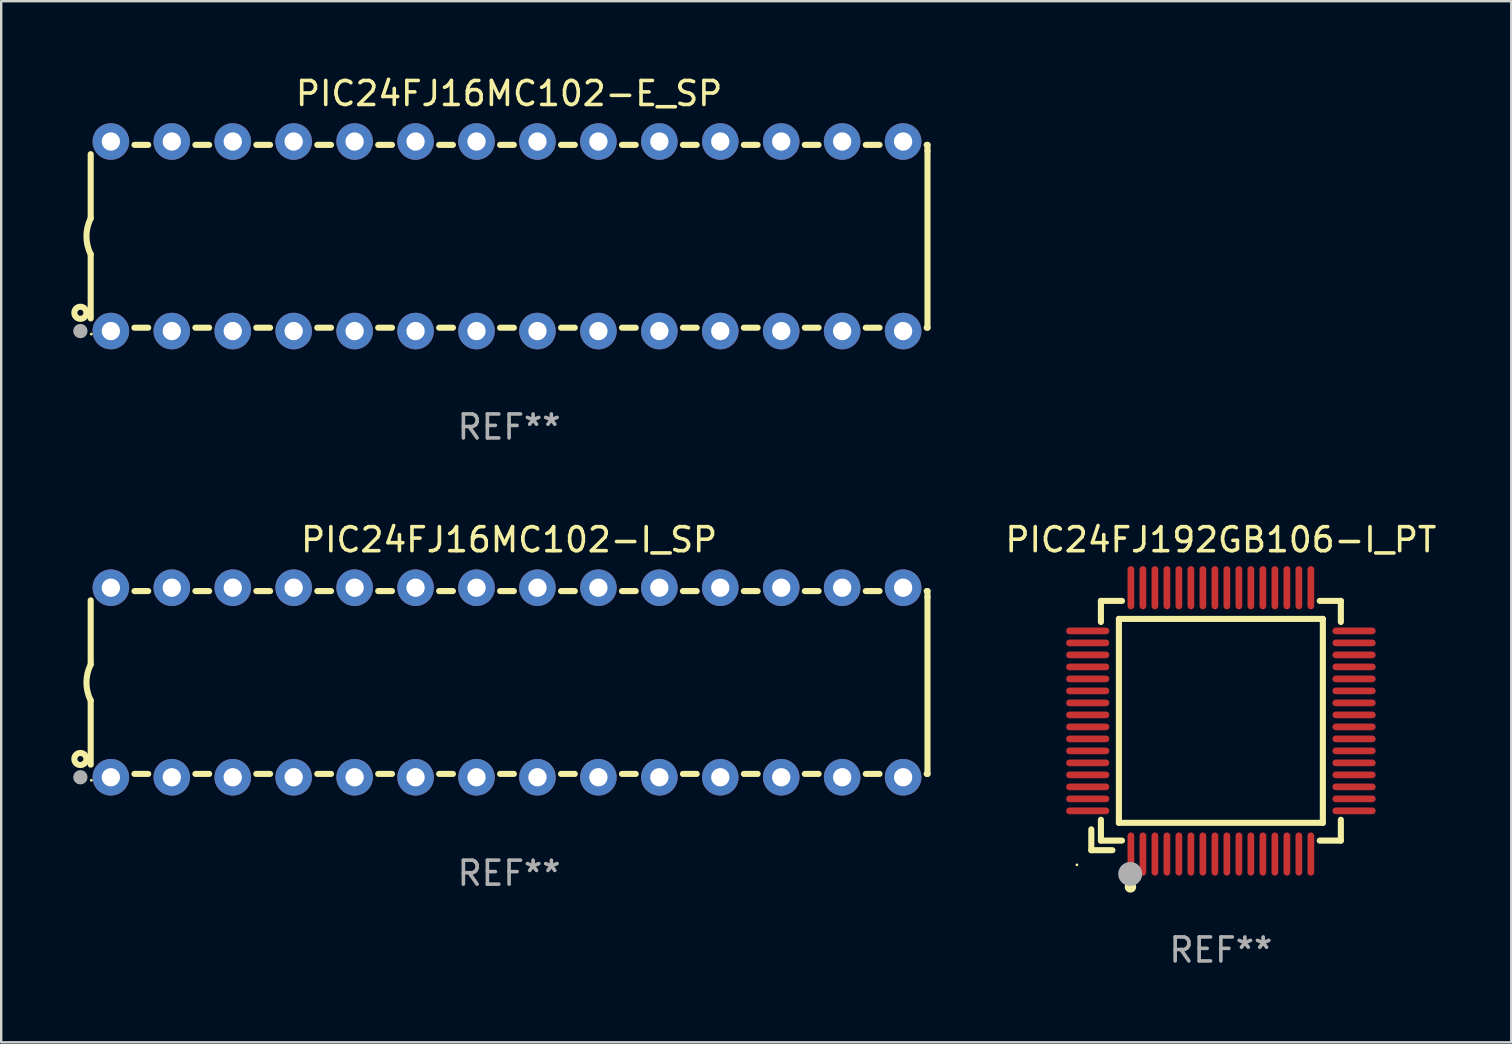
<source format=kicad_pcb>
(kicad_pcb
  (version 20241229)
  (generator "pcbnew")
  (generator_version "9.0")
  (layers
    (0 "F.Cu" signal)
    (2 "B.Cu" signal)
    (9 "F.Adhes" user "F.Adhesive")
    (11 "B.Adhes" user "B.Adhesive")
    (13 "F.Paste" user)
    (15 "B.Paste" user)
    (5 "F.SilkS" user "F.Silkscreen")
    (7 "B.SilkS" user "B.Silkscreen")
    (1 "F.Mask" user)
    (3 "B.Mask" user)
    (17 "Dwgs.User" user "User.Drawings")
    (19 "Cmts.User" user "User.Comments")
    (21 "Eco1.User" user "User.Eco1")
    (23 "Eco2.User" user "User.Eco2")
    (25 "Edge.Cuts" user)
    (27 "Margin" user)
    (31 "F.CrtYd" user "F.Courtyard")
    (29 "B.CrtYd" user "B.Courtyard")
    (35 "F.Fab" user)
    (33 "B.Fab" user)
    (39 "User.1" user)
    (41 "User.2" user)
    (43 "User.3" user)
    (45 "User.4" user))
  (footprint "PIC24FJ16MC102-E_SP"
    (layer "F.Cu")
    (at 18.168 6.798)
    (property "Reference" "PIC24FJ16MC102-E_SP" (at 0 -5.95 0) (layer "F.SilkS") (effects (font (size 1 1) (thickness 0.15))))
    (attr through_hole)
    (fp_line (start -17.438 0.75) (end -17.438 3.423) (stroke (width 0.254) (type solid)) (layer "F.SilkS"))
    (fp_line (start -17.438 -3.423) (end -17.438 -0.75) (stroke (width 0.254) (type solid)) (layer "F.SilkS"))
    (fp_line (start -15.615 3.81) (end -15.041 3.81) (stroke (width 0.254) (type solid)) (layer "F.SilkS"))
    (fp_line (start -15.041 -3.81) (end -15.614 -3.81) (stroke (width 0.254) (type solid)) (layer "F.SilkS"))
    (fp_line (start -13.075 3.81) (end -12.501 3.81) (stroke (width 0.254) (type solid)) (layer "F.SilkS"))
    (fp_line (start -12.501 -3.81) (end -13.074 -3.81) (stroke (width 0.254) (type solid)) (layer "F.SilkS"))
    (fp_line (start -10.535 3.81) (end -9.961 3.81) (stroke (width 0.254) (type solid)) (layer "F.SilkS"))
    (fp_line (start -9.961 -3.81) (end -10.534 -3.81) (stroke (width 0.254) (type solid)) (layer "F.SilkS"))
    (fp_line (start -7.995 3.81) (end -7.421 3.81) (stroke (width 0.254) (type solid)) (layer "F.SilkS"))
    (fp_line (start -7.421 -3.81) (end -7.995 -3.81) (stroke (width 0.254) (type solid)) (layer "F.SilkS"))
    (fp_line (start -5.455 3.81) (end -4.881 3.81) (stroke (width 0.254) (type solid)) (layer "F.SilkS"))
    (fp_line (start -4.881 -3.81) (end -5.455 -3.81) (stroke (width 0.254) (type solid)) (layer "F.SilkS"))
    (fp_line (start -2.915 3.81) (end -2.341 3.81) (stroke (width 0.254) (type solid)) (layer "F.SilkS"))
    (fp_line (start -2.341 -3.81) (end -2.915 -3.81) (stroke (width 0.254) (type solid)) (layer "F.SilkS"))
    (fp_line (start -0.375 3.81) (end 0.199 3.81) (stroke (width 0.254) (type solid)) (layer "F.SilkS"))
    (fp_line (start 0.199 -3.81) (end -0.375 -3.81) (stroke (width 0.254) (type solid)) (layer "F.SilkS"))
    (fp_line (start 2.165 3.81) (end 2.739 3.81) (stroke (width 0.254) (type solid)) (layer "F.SilkS"))
    (fp_line (start 2.739 -3.81) (end 2.165 -3.81) (stroke (width 0.254) (type solid)) (layer "F.SilkS"))
    (fp_line (start 4.705 3.81) (end 5.279 3.81) (stroke (width 0.254) (type solid)) (layer "F.SilkS"))
    (fp_line (start 5.279 -3.81) (end 4.705 -3.81) (stroke (width 0.254) (type solid)) (layer "F.SilkS"))
    (fp_line (start 7.245 3.81) (end 7.819 3.81) (stroke (width 0.254) (type solid)) (layer "F.SilkS"))
    (fp_line (start 7.819 -3.81) (end 7.245 -3.81) (stroke (width 0.254) (type solid)) (layer "F.SilkS"))
    (fp_line (start 9.785 3.81) (end 10.359 3.81) (stroke (width 0.254) (type solid)) (layer "F.SilkS"))
    (fp_line (start 10.359 -3.81) (end 9.785 -3.81) (stroke (width 0.254) (type solid)) (layer "F.SilkS"))
    (fp_line (start 12.325 3.81) (end 12.899 3.81) (stroke (width 0.254) (type solid)) (layer "F.SilkS"))
    (fp_line (start 12.899 -3.81) (end 12.325 -3.81) (stroke (width 0.254) (type solid)) (layer "F.SilkS"))
    (fp_line (start 14.865 3.81) (end 15.439 3.81) (stroke (width 0.254) (type solid)) (layer "F.SilkS"))
    (fp_line (start 15.439 -3.81) (end 14.865 -3.81) (stroke (width 0.254) (type solid)) (layer "F.SilkS"))
    (fp_line (start 17.405 3.81) (end 17.438 3.81) (stroke (width 0.254) (type solid)) (layer "F.SilkS"))
    (fp_line (start 17.438 -3.81) (end 17.405 -3.81) (stroke (width 0.254) (type solid)) (layer "F.SilkS"))
    (fp_line (start 17.438 -3.556) (end 17.438 -3.81) (stroke (width 0.254) (type solid)) (layer "F.SilkS"))
    (fp_line (start 17.438 3.81) (end 17.438 -3.556) (stroke (width 0.254) (type solid)) (layer "F.SilkS"))
    (fp_arc (start -17.437986 0.749657) (mid -17.614887 -0.000024) (end -17.437783 -0.749657) (stroke (width 0.254001) (type solid)) (layer "F.SilkS"))
    (fp_circle (center -17.868 3.188) (end -17.743 3.188) (stroke (width 0.254) (type solid)) (fill no) (layer "F.SilkS"))
    (fp_circle (center -17.411 4.077) (end -17.381 4.077) (stroke (width 0.06) (type solid)) (fill no) (layer "F.SilkS"))
    (fp_circle (center -17.868 3.95) (end -17.718 3.95) (stroke (width 0.3) (type solid)) (fill no) (layer "F.Fab"))
    (fp_text user "REF**" (at 0 7.95 0) (layer "F.Fab") (effects (font (size 1 1) (thickness 0.15))))
    (pad "1" thru_hole circle (at -16.598 3.95) (size 1.524 1.524) (drill 0.762) (layers "*.Cu" "*.Mask"))
    (pad "2" thru_hole circle (at -14.058 3.95) (size 1.524 1.524) (drill 0.762) (layers "*.Cu" "*.Mask"))
    (pad "3" thru_hole circle (at -11.518 3.95) (size 1.524 1.524) (drill 0.762) (layers "*.Cu" "*.Mask"))
    (pad "4" thru_hole circle (at -8.978 3.95) (size 1.524 1.524) (drill 0.762) (layers "*.Cu" "*.Mask"))
    (pad "5" thru_hole circle (at -6.438 3.95) (size 1.524 1.524) (drill 0.762) (layers "*.Cu" "*.Mask"))
    (pad "6" thru_hole circle (at -3.898 3.95) (size 1.524 1.524) (drill 0.762) (layers "*.Cu" "*.Mask"))
    (pad "7" thru_hole circle (at -1.358 3.95) (size 1.524 1.524) (drill 0.762) (layers "*.Cu" "*.Mask"))
    (pad "8" thru_hole circle (at 1.182 3.95) (size 1.524 1.524) (drill 0.762) (layers "*.Cu" "*.Mask"))
    (pad "9" thru_hole circle (at 3.722 3.95) (size 1.524 1.524) (drill 0.762) (layers "*.Cu" "*.Mask"))
    (pad "10" thru_hole circle (at 6.262 3.95) (size 1.524 1.524) (drill 0.762) (layers "*.Cu" "*.Mask"))
    (pad "11" thru_hole circle (at 8.802 3.95) (size 1.524 1.524) (drill 0.762) (layers "*.Cu" "*.Mask"))
    (pad "12" thru_hole circle (at 11.342 3.95) (size 1.524 1.524) (drill 0.762) (layers "*.Cu" "*.Mask"))
    (pad "13" thru_hole circle (at 13.882 3.95) (size 1.524 1.524) (drill 0.762) (layers "*.Cu" "*.Mask"))
    (pad "14" thru_hole circle (at 16.422 3.95) (size 1.524 1.524) (drill 0.762) (layers "*.Cu" "*.Mask"))
    (pad "15" thru_hole circle (at 16.422 -3.95) (size 1.524 1.524) (drill 0.762) (layers "*.Cu" "*.Mask"))
    (pad "16" thru_hole circle (at 13.882 -3.95) (size 1.524 1.524) (drill 0.762) (layers "*.Cu" "*.Mask"))
    (pad "17" thru_hole circle (at 11.342 -3.95) (size 1.524 1.524) (drill 0.762) (layers "*.Cu" "*.Mask"))
    (pad "18" thru_hole circle (at 8.802 -3.95) (size 1.524 1.524) (drill 0.762) (layers "*.Cu" "*.Mask"))
    (pad "19" thru_hole circle (at 6.262 -3.95) (size 1.524 1.524) (drill 0.762) (layers "*.Cu" "*.Mask"))
    (pad "20" thru_hole circle (at 3.722 -3.95) (size 1.524 1.524) (drill 0.762) (layers "*.Cu" "*.Mask"))
    (pad "21" thru_hole circle (at 1.182 -3.95) (size 1.524 1.524) (drill 0.762) (layers "*.Cu" "*.Mask"))
    (pad "22" thru_hole circle (at -1.358 -3.95) (size 1.524 1.524) (drill 0.762) (layers "*.Cu" "*.Mask"))
    (pad "23" thru_hole circle (at -3.898 -3.95) (size 1.524 1.524) (drill 0.762) (layers "*.Cu" "*.Mask"))
    (pad "24" thru_hole circle (at -6.438 -3.95) (size 1.524 1.524) (drill 0.762) (layers "*.Cu" "*.Mask"))
    (pad "25" thru_hole circle (at -8.978 -3.95) (size 1.524 1.524) (drill 0.762) (layers "*.Cu" "*.Mask"))
    (pad "26" thru_hole circle (at -11.517 -3.95) (size 1.524 1.524) (drill 0.762) (layers "*.Cu" "*.Mask"))
    (pad "27" thru_hole circle (at -14.057 -3.95) (size 1.524 1.524) (drill 0.762) (layers "*.Cu" "*.Mask"))
    (pad "28" thru_hole circle (at -16.597 -3.95) (size 1.524 1.524) (drill 0.762) (layers "*.Cu" "*.Mask")))
  (footprint "PIC24FJ16MC102-I_SP"
    (layer "F.Cu")
    (at 18.168 25.395)
    (property "Reference" "PIC24FJ16MC102-I_SP" (at 0 -5.95 0) (layer "F.SilkS") (effects (font (size 1 1) (thickness 0.15))))
    (attr through_hole)
    (fp_line (start -17.438 0.75) (end -17.438 3.423) (stroke (width 0.254) (type solid)) (layer "F.SilkS"))
    (fp_line (start -17.438 -3.423) (end -17.438 -0.75) (stroke (width 0.254) (type solid)) (layer "F.SilkS"))
    (fp_line (start -15.615 3.81) (end -15.041 3.81) (stroke (width 0.254) (type solid)) (layer "F.SilkS"))
    (fp_line (start -15.041 -3.81) (end -15.614 -3.81) (stroke (width 0.254) (type solid)) (layer "F.SilkS"))
    (fp_line (start -13.075 3.81) (end -12.501 3.81) (stroke (width 0.254) (type solid)) (layer "F.SilkS"))
    (fp_line (start -12.501 -3.81) (end -13.074 -3.81) (stroke (width 0.254) (type solid)) (layer "F.SilkS"))
    (fp_line (start -10.535 3.81) (end -9.961 3.81) (stroke (width 0.254) (type solid)) (layer "F.SilkS"))
    (fp_line (start -9.961 -3.81) (end -10.534 -3.81) (stroke (width 0.254) (type solid)) (layer "F.SilkS"))
    (fp_line (start -7.995 3.81) (end -7.421 3.81) (stroke (width 0.254) (type solid)) (layer "F.SilkS"))
    (fp_line (start -7.421 -3.81) (end -7.995 -3.81) (stroke (width 0.254) (type solid)) (layer "F.SilkS"))
    (fp_line (start -5.455 3.81) (end -4.881 3.81) (stroke (width 0.254) (type solid)) (layer "F.SilkS"))
    (fp_line (start -4.881 -3.81) (end -5.455 -3.81) (stroke (width 0.254) (type solid)) (layer "F.SilkS"))
    (fp_line (start -2.915 3.81) (end -2.341 3.81) (stroke (width 0.254) (type solid)) (layer "F.SilkS"))
    (fp_line (start -2.341 -3.81) (end -2.915 -3.81) (stroke (width 0.254) (type solid)) (layer "F.SilkS"))
    (fp_line (start -0.375 3.81) (end 0.199 3.81) (stroke (width 0.254) (type solid)) (layer "F.SilkS"))
    (fp_line (start 0.199 -3.81) (end -0.375 -3.81) (stroke (width 0.254) (type solid)) (layer "F.SilkS"))
    (fp_line (start 2.165 3.81) (end 2.739 3.81) (stroke (width 0.254) (type solid)) (layer "F.SilkS"))
    (fp_line (start 2.739 -3.81) (end 2.165 -3.81) (stroke (width 0.254) (type solid)) (layer "F.SilkS"))
    (fp_line (start 4.705 3.81) (end 5.279 3.81) (stroke (width 0.254) (type solid)) (layer "F.SilkS"))
    (fp_line (start 5.279 -3.81) (end 4.705 -3.81) (stroke (width 0.254) (type solid)) (layer "F.SilkS"))
    (fp_line (start 7.245 3.81) (end 7.819 3.81) (stroke (width 0.254) (type solid)) (layer "F.SilkS"))
    (fp_line (start 7.819 -3.81) (end 7.245 -3.81) (stroke (width 0.254) (type solid)) (layer "F.SilkS"))
    (fp_line (start 9.785 3.81) (end 10.359 3.81) (stroke (width 0.254) (type solid)) (layer "F.SilkS"))
    (fp_line (start 10.359 -3.81) (end 9.785 -3.81) (stroke (width 0.254) (type solid)) (layer "F.SilkS"))
    (fp_line (start 12.325 3.81) (end 12.899 3.81) (stroke (width 0.254) (type solid)) (layer "F.SilkS"))
    (fp_line (start 12.899 -3.81) (end 12.325 -3.81) (stroke (width 0.254) (type solid)) (layer "F.SilkS"))
    (fp_line (start 14.865 3.81) (end 15.439 3.81) (stroke (width 0.254) (type solid)) (layer "F.SilkS"))
    (fp_line (start 15.439 -3.81) (end 14.865 -3.81) (stroke (width 0.254) (type solid)) (layer "F.SilkS"))
    (fp_line (start 17.405 3.81) (end 17.438 3.81) (stroke (width 0.254) (type solid)) (layer "F.SilkS"))
    (fp_line (start 17.438 -3.81) (end 17.405 -3.81) (stroke (width 0.254) (type solid)) (layer "F.SilkS"))
    (fp_line (start 17.438 -3.556) (end 17.438 -3.81) (stroke (width 0.254) (type solid)) (layer "F.SilkS"))
    (fp_line (start 17.438 3.81) (end 17.438 -3.556) (stroke (width 0.254) (type solid)) (layer "F.SilkS"))
    (fp_arc (start -17.437986 0.749657) (mid -17.614887 -0.000024) (end -17.437783 -0.749657) (stroke (width 0.254001) (type solid)) (layer "F.SilkS"))
    (fp_circle (center -17.868 3.188) (end -17.743 3.188) (stroke (width 0.254) (type solid)) (fill no) (layer "F.SilkS"))
    (fp_circle (center -17.411 4.077) (end -17.381 4.077) (stroke (width 0.06) (type solid)) (fill no) (layer "F.SilkS"))
    (fp_circle (center -17.868 3.95) (end -17.718 3.95) (stroke (width 0.3) (type solid)) (fill no) (layer "F.Fab"))
    (fp_text user "REF**" (at 0 7.95 0) (layer "F.Fab") (effects (font (size 1 1) (thickness 0.15))))
    (pad "1" thru_hole circle (at -16.598 3.95) (size 1.524 1.524) (drill 0.762) (layers "*.Cu" "*.Mask"))
    (pad "2" thru_hole circle (at -14.058 3.95) (size 1.524 1.524) (drill 0.762) (layers "*.Cu" "*.Mask"))
    (pad "3" thru_hole circle (at -11.518 3.95) (size 1.524 1.524) (drill 0.762) (layers "*.Cu" "*.Mask"))
    (pad "4" thru_hole circle (at -8.978 3.95) (size 1.524 1.524) (drill 0.762) (layers "*.Cu" "*.Mask"))
    (pad "5" thru_hole circle (at -6.438 3.95) (size 1.524 1.524) (drill 0.762) (layers "*.Cu" "*.Mask"))
    (pad "6" thru_hole circle (at -3.898 3.95) (size 1.524 1.524) (drill 0.762) (layers "*.Cu" "*.Mask"))
    (pad "7" thru_hole circle (at -1.358 3.95) (size 1.524 1.524) (drill 0.762) (layers "*.Cu" "*.Mask"))
    (pad "8" thru_hole circle (at 1.182 3.95) (size 1.524 1.524) (drill 0.762) (layers "*.Cu" "*.Mask"))
    (pad "9" thru_hole circle (at 3.722 3.95) (size 1.524 1.524) (drill 0.762) (layers "*.Cu" "*.Mask"))
    (pad "10" thru_hole circle (at 6.262 3.95) (size 1.524 1.524) (drill 0.762) (layers "*.Cu" "*.Mask"))
    (pad "11" thru_hole circle (at 8.802 3.95) (size 1.524 1.524) (drill 0.762) (layers "*.Cu" "*.Mask"))
    (pad "12" thru_hole circle (at 11.342 3.95) (size 1.524 1.524) (drill 0.762) (layers "*.Cu" "*.Mask"))
    (pad "13" thru_hole circle (at 13.882 3.95) (size 1.524 1.524) (drill 0.762) (layers "*.Cu" "*.Mask"))
    (pad "14" thru_hole circle (at 16.422 3.95) (size 1.524 1.524) (drill 0.762) (layers "*.Cu" "*.Mask"))
    (pad "15" thru_hole circle (at 16.422 -3.95) (size 1.524 1.524) (drill 0.762) (layers "*.Cu" "*.Mask"))
    (pad "16" thru_hole circle (at 13.882 -3.95) (size 1.524 1.524) (drill 0.762) (layers "*.Cu" "*.Mask"))
    (pad "17" thru_hole circle (at 11.342 -3.95) (size 1.524 1.524) (drill 0.762) (layers "*.Cu" "*.Mask"))
    (pad "18" thru_hole circle (at 8.802 -3.95) (size 1.524 1.524) (drill 0.762) (layers "*.Cu" "*.Mask"))
    (pad "19" thru_hole circle (at 6.262 -3.95) (size 1.524 1.524) (drill 0.762) (layers "*.Cu" "*.Mask"))
    (pad "20" thru_hole circle (at 3.722 -3.95) (size 1.524 1.524) (drill 0.762) (layers "*.Cu" "*.Mask"))
    (pad "21" thru_hole circle (at 1.182 -3.95) (size 1.524 1.524) (drill 0.762) (layers "*.Cu" "*.Mask"))
    (pad "22" thru_hole circle (at -1.358 -3.95) (size 1.524 1.524) (drill 0.762) (layers "*.Cu" "*.Mask"))
    (pad "23" thru_hole circle (at -3.898 -3.95) (size 1.524 1.524) (drill 0.762) (layers "*.Cu" "*.Mask"))
    (pad "24" thru_hole circle (at -6.438 -3.95) (size 1.524 1.524) (drill 0.762) (layers "*.Cu" "*.Mask"))
    (pad "25" thru_hole circle (at -8.978 -3.95) (size 1.524 1.524) (drill 0.762) (layers "*.Cu" "*.Mask"))
    (pad "26" thru_hole circle (at -11.517 -3.95) (size 1.524 1.524) (drill 0.762) (layers "*.Cu" "*.Mask"))
    (pad "27" thru_hole circle (at -14.057 -3.95) (size 1.524 1.524) (drill 0.762) (layers "*.Cu" "*.Mask"))
    (pad "28" thru_hole circle (at -16.597 -3.95) (size 1.524 1.524) (drill 0.762) (layers "*.Cu" "*.Mask")))
  (footprint "PIC24FJ192GB106-I_PT"
    (layer "F.Cu")
    (at 47.834 26.995)
    (property "Reference" "PIC24FJ192GB106-I_PT" (at 0 -7.55 0) (layer "F.SilkS") (effects (font (size 1 1) (thickness 0.15))))
    (attr through_hole)
    (fp_line (start -5.4 4.521) (end -5.4 5.39) (stroke (width 0.254) (type solid)) (layer "F.SilkS"))
    (fp_line (start -5.4 5.39) (end -4.521 5.39) (stroke (width 0.254) (type solid)) (layer "F.SilkS"))
    (fp_line (start -5 -5) (end -5 -4.121) (stroke (width 0.254) (type solid)) (layer "F.SilkS"))
    (fp_line (start -5 4.121) (end -5 4.99) (stroke (width 0.254) (type solid)) (layer "F.SilkS"))
    (fp_line (start -5 4.99) (end -4.121 4.99) (stroke (width 0.254) (type solid)) (layer "F.SilkS"))
    (fp_line (start -4.25 -4.25) (end -4.25 4.25) (stroke (width 0.254) (type solid)) (layer "F.SilkS"))
    (fp_line (start -4.25 4.25) (end 4.25 4.25) (stroke (width 0.254) (type solid)) (layer "F.SilkS"))
    (fp_line (start -4.121 -5) (end -5 -5) (stroke (width 0.254) (type solid)) (layer "F.SilkS"))
    (fp_line (start 4.121 4.99) (end 5 4.99) (stroke (width 0.254) (type solid)) (layer "F.SilkS"))
    (fp_line (start 4.25 -4.25) (end -4.25 -4.25) (stroke (width 0.254) (type solid)) (layer "F.SilkS"))
    (fp_line (start 4.25 4.25) (end 4.25 -4.25) (stroke (width 0.254) (type solid)) (layer "F.SilkS"))
    (fp_line (start 5 -5) (end 4.121 -5) (stroke (width 0.254) (type solid)) (layer "F.SilkS"))
    (fp_line (start 5 -4.121) (end 5 -5) (stroke (width 0.254) (type solid)) (layer "F.SilkS"))
    (fp_line (start 5 4.99) (end 5 4.121) (stroke (width 0.254) (type solid)) (layer "F.SilkS"))
    (fp_circle (center -6 6) (end -5.97 6) (stroke (width 0.06) (type solid)) (fill no) (layer "F.SilkS"))
    (fp_circle (center -3.77 6.92) (end -3.65 6.92) (stroke (width 0.24) (type solid)) (fill no) (layer "F.SilkS"))
    (fp_circle (center -3.78 6.38) (end -3.53 6.38) (stroke (width 0.5) (type solid)) (fill no) (layer "F.Fab"))
    (fp_text user "REF**" (at 0 9.55 0) (layer "F.Fab") (effects (font (size 1 1) (thickness 0.15))))
    (pad "1" smd oval (at -3.75 5.55) (size 0.28 1.8) (layers "F.Cu" "F.Mask" "F.Paste"))
    (pad "2" smd oval (at -3.25 5.55) (size 0.28 1.8) (layers "F.Cu" "F.Mask" "F.Paste"))
    (pad "3" smd oval (at -2.75 5.55) (size 0.28 1.8) (layers "F.Cu" "F.Mask" "F.Paste"))
    (pad "4" smd oval (at -2.25 5.55) (size 0.28 1.8) (layers "F.Cu" "F.Mask" "F.Paste"))
    (pad "5" smd oval (at -1.75 5.55) (size 0.28 1.8) (layers "F.Cu" "F.Mask" "F.Paste"))
    (pad "6" smd oval (at -1.25 5.55) (size 0.28 1.8) (layers "F.Cu" "F.Mask" "F.Paste"))
    (pad "7" smd oval (at -0.75 5.55) (size 0.28 1.8) (layers "F.Cu" "F.Mask" "F.Paste"))
    (pad "8" smd oval (at -0.25 5.55) (size 0.28 1.8) (layers "F.Cu" "F.Mask" "F.Paste"))
    (pad "9" smd oval (at 0.25 5.55) (size 0.28 1.8) (layers "F.Cu" "F.Mask" "F.Paste"))
    (pad "10" smd oval (at 0.75 5.55) (size 0.28 1.8) (layers "F.Cu" "F.Mask" "F.Paste"))
    (pad "11" smd oval (at 1.25 5.55) (size 0.28 1.8) (layers "F.Cu" "F.Mask" "F.Paste"))
    (pad "12" smd oval (at 1.75 5.55) (size 0.28 1.8) (layers "F.Cu" "F.Mask" "F.Paste"))
    (pad "13" smd oval (at 2.25 5.55) (size 0.28 1.8) (layers "F.Cu" "F.Mask" "F.Paste"))
    (pad "14" smd oval (at 2.75 5.55) (size 0.28 1.8) (layers "F.Cu" "F.Mask" "F.Paste"))
    (pad "15" smd oval (at 3.25 5.55) (size 0.28 1.8) (layers "F.Cu" "F.Mask" "F.Paste"))
    (pad "16" smd oval (at 3.75 5.55) (size 0.28 1.8) (layers "F.Cu" "F.Mask" "F.Paste"))
    (pad "17" smd oval (at 5.55 3.75) (size 1.8 0.28) (layers "F.Cu" "F.Mask" "F.Paste"))
    (pad "18" smd oval (at 5.55 3.25) (size 1.8 0.28) (layers "F.Cu" "F.Mask" "F.Paste"))
    (pad "19" smd oval (at 5.55 2.75) (size 1.8 0.28) (layers "F.Cu" "F.Mask" "F.Paste"))
    (pad "20" smd oval (at 5.55 2.25) (size 1.8 0.28) (layers "F.Cu" "F.Mask" "F.Paste"))
    (pad "21" smd oval (at 5.55 1.75) (size 1.8 0.28) (layers "F.Cu" "F.Mask" "F.Paste"))
    (pad "22" smd oval (at 5.55 1.25) (size 1.8 0.28) (layers "F.Cu" "F.Mask" "F.Paste"))
    (pad "23" smd oval (at 5.55 0.75) (size 1.8 0.28) (layers "F.Cu" "F.Mask" "F.Paste"))
    (pad "24" smd oval (at 5.55 0.25) (size 1.8 0.28) (layers "F.Cu" "F.Mask" "F.Paste"))
    (pad "25" smd oval (at 5.55 -0.25) (size 1.8 0.28) (layers "F.Cu" "F.Mask" "F.Paste"))
    (pad "26" smd oval (at 5.55 -0.75) (size 1.8 0.28) (layers "F.Cu" "F.Mask" "F.Paste"))
    (pad "27" smd oval (at 5.55 -1.25) (size 1.8 0.28) (layers "F.Cu" "F.Mask" "F.Paste"))
    (pad "28" smd oval (at 5.55 -1.75) (size 1.8 0.28) (layers "F.Cu" "F.Mask" "F.Paste"))
    (pad "29" smd oval (at 5.55 -2.25) (size 1.8 0.28) (layers "F.Cu" "F.Mask" "F.Paste"))
    (pad "30" smd oval (at 5.55 -2.75) (size 1.8 0.28) (layers "F.Cu" "F.Mask" "F.Paste"))
    (pad "31" smd oval (at 5.55 -3.25) (size 1.8 0.28) (layers "F.Cu" "F.Mask" "F.Paste"))
    (pad "32" smd oval (at 5.55 -3.75) (size 1.8 0.28) (layers "F.Cu" "F.Mask" "F.Paste"))
    (pad "33" smd oval (at 3.75 -5.55) (size 0.28 1.8) (layers "F.Cu" "F.Mask" "F.Paste"))
    (pad "34" smd oval (at 3.25 -5.55) (size 0.28 1.8) (layers "F.Cu" "F.Mask" "F.Paste"))
    (pad "35" smd oval (at 2.75 -5.55) (size 0.28 1.8) (layers "F.Cu" "F.Mask" "F.Paste"))
    (pad "36" smd oval (at 2.25 -5.55) (size 0.28 1.8) (layers "F.Cu" "F.Mask" "F.Paste"))
    (pad "37" smd oval (at 1.75 -5.55) (size 0.28 1.8) (layers "F.Cu" "F.Mask" "F.Paste"))
    (pad "38" smd oval (at 1.25 -5.55) (size 0.28 1.8) (layers "F.Cu" "F.Mask" "F.Paste"))
    (pad "39" smd oval (at 0.75 -5.55) (size 0.28 1.8) (layers "F.Cu" "F.Mask" "F.Paste"))
    (pad "40" smd oval (at 0.25 -5.55) (size 0.28 1.8) (layers "F.Cu" "F.Mask" "F.Paste"))
    (pad "41" smd oval (at -0.25 -5.55) (size 0.28 1.8) (layers "F.Cu" "F.Mask" "F.Paste"))
    (pad "42" smd oval (at -0.75 -5.55) (size 0.28 1.8) (layers "F.Cu" "F.Mask" "F.Paste"))
    (pad "43" smd oval (at -1.25 -5.55) (size 0.28 1.8) (layers "F.Cu" "F.Mask" "F.Paste"))
    (pad "44" smd oval (at -1.75 -5.55) (size 0.28 1.8) (layers "F.Cu" "F.Mask" "F.Paste"))
    (pad "45" smd oval (at -2.25 -5.55) (size 0.28 1.8) (layers "F.Cu" "F.Mask" "F.Paste"))
    (pad "46" smd oval (at -2.75 -5.55) (size 0.28 1.8) (layers "F.Cu" "F.Mask" "F.Paste"))
    (pad "47" smd oval (at -3.25 -5.55) (size 0.28 1.8) (layers "F.Cu" "F.Mask" "F.Paste"))
    (pad "48" smd oval (at -3.75 -5.55) (size 0.28 1.8) (layers "F.Cu" "F.Mask" "F.Paste"))
    (pad "49" smd oval (at -5.55 -3.75) (size 1.8 0.28) (layers "F.Cu" "F.Mask" "F.Paste"))
    (pad "50" smd oval (at -5.55 -3.25) (size 1.8 0.28) (layers "F.Cu" "F.Mask" "F.Paste"))
    (pad "51" smd oval (at -5.55 -2.75) (size 1.8 0.28) (layers "F.Cu" "F.Mask" "F.Paste"))
    (pad "52" smd oval (at -5.55 -2.25) (size 1.8 0.28) (layers "F.Cu" "F.Mask" "F.Paste"))
    (pad "53" smd oval (at -5.55 -1.75) (size 1.8 0.28) (layers "F.Cu" "F.Mask" "F.Paste"))
    (pad "54" smd oval (at -5.55 -1.25) (size 1.8 0.28) (layers "F.Cu" "F.Mask" "F.Paste"))
    (pad "55" smd oval (at -5.55 -0.75) (size 1.8 0.28) (layers "F.Cu" "F.Mask" "F.Paste"))
    (pad "56" smd oval (at -5.55 -0.25) (size 1.8 0.28) (layers "F.Cu" "F.Mask" "F.Paste"))
    (pad "57" smd oval (at -5.55 0.25) (size 1.8 0.28) (layers "F.Cu" "F.Mask" "F.Paste"))
    (pad "58" smd oval (at -5.55 0.75) (size 1.8 0.28) (layers "F.Cu" "F.Mask" "F.Paste"))
    (pad "59" smd oval (at -5.55 1.25) (size 1.8 0.28) (layers "F.Cu" "F.Mask" "F.Paste"))
    (pad "60" smd oval (at -5.55 1.75) (size 1.8 0.28) (layers "F.Cu" "F.Mask" "F.Paste"))
    (pad "61" smd oval (at -5.55 2.25) (size 1.8 0.28) (layers "F.Cu" "F.Mask" "F.Paste"))
    (pad "62" smd oval (at -5.55 2.75) (size 1.8 0.28) (layers "F.Cu" "F.Mask" "F.Paste"))
    (pad "63" smd oval (at -5.55 3.25) (size 1.8 0.28) (layers "F.Cu" "F.Mask" "F.Paste"))
    (pad "64" smd oval (at -5.55 3.75) (size 1.8 0.28) (layers "F.Cu" "F.Mask" "F.Paste")))
  (gr_rect
    (start -3 -3)
    (end 59.935 40.393)
    (stroke (width 0.1) (type default))
    (fill no)
    (layer "Edge.Cuts")))
</source>
